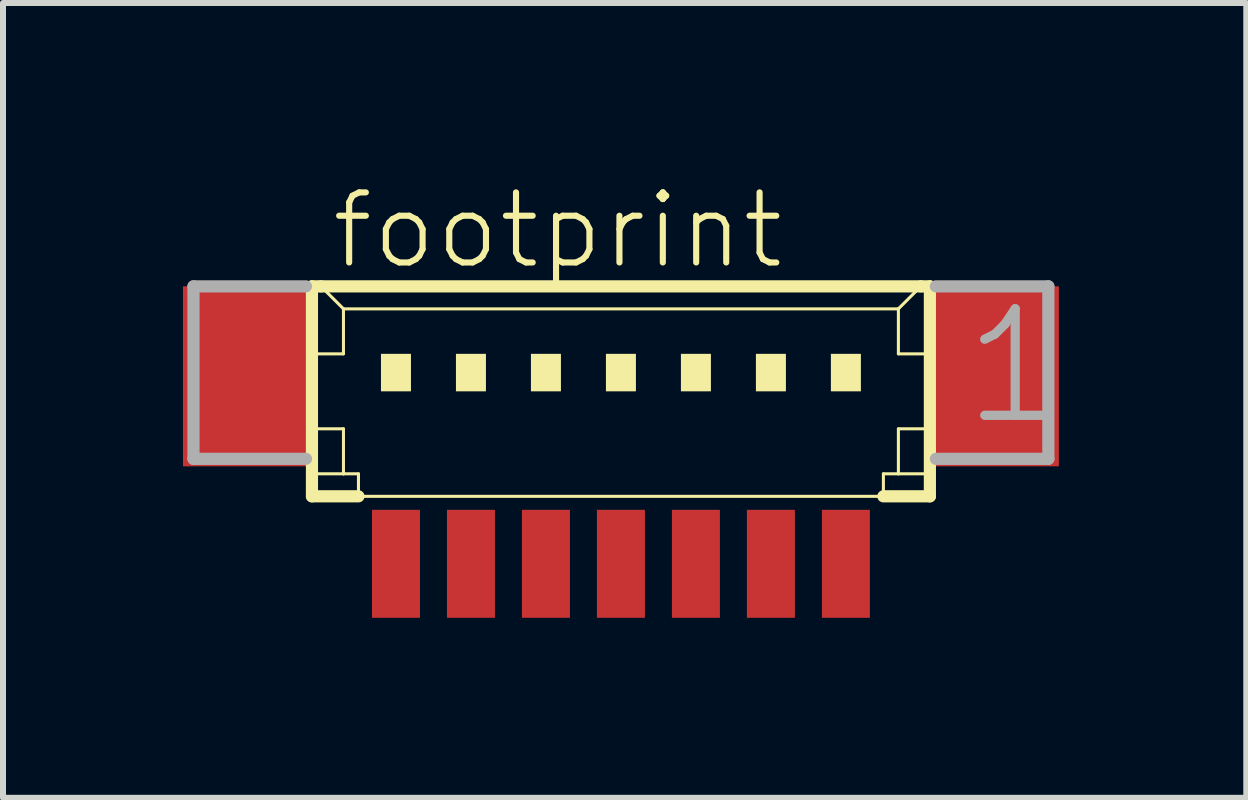
<source format=kicad_pcb>
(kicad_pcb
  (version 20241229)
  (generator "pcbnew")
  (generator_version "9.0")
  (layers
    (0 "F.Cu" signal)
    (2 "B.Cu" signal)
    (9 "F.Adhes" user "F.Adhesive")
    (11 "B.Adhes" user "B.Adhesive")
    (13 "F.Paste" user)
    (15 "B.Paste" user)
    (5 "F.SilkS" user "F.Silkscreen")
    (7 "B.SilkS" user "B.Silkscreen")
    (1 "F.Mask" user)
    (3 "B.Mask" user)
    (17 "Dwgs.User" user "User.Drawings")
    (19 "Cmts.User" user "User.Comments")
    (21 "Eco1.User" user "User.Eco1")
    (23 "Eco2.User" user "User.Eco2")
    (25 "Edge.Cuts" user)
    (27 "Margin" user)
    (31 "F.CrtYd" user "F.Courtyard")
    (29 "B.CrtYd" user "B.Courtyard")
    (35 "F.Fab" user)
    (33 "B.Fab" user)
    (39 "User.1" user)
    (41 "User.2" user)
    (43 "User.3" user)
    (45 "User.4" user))
  (footprint "footprint"
    (layer "F.Cu")
    (at 7.3 3.848)
    (property "Reference" "footprint" (at -4.875 -2.375 0) (layer "F.SilkS") (effects (font (size 1.168 1.168) (thickness 0.102)) (justify left bottom)))
    (fp_line (start -5.15 -2.125) (end -5.15 1.375) (stroke (width 0.203) (type solid)) (layer "F.SilkS"))
    (fp_line (start -5.15 1.375) (end -4.375 1.375) (stroke (width 0.203) (type solid)) (layer "F.SilkS"))
    (fp_line (start -5.125 -1) (end -4.625 -1) (stroke (width 0.051) (type solid)) (layer "F.SilkS"))
    (fp_line (start -5.125 0.25) (end -4.625 0.25) (stroke (width 0.051) (type solid)) (layer "F.SilkS"))
    (fp_line (start -5.125 1) (end -4.625 1) (stroke (width 0.051) (type solid)) (layer "F.SilkS"))
    (fp_line (start -5 -2.125) (end -5.15 -2.125) (stroke (width 0.203) (type solid)) (layer "F.SilkS"))
    (fp_line (start -4.625 -1.75) (end -5 -2.125) (stroke (width 0.051) (type solid)) (layer "F.SilkS"))
    (fp_line (start -4.625 -1.75) (end 4.625 -1.75) (stroke (width 0.051) (type solid)) (layer "F.SilkS"))
    (fp_line (start -4.625 -1) (end -4.625 -1.75) (stroke (width 0.051) (type solid)) (layer "F.SilkS"))
    (fp_line (start -4.625 0.25) (end -4.625 1) (stroke (width 0.051) (type solid)) (layer "F.SilkS"))
    (fp_line (start -4.625 1) (end -4.375 1) (stroke (width 0.051) (type solid)) (layer "F.SilkS"))
    (fp_line (start -4.375 1) (end -4.375 1.375) (stroke (width 0.051) (type solid)) (layer "F.SilkS"))
    (fp_line (start -4.375 1.375) (end 4.375 1.375) (stroke (width 0.051) (type solid)) (layer "F.SilkS"))
    (fp_line (start 4.375 1) (end 4.375 1.375) (stroke (width 0.051) (type solid)) (layer "F.SilkS"))
    (fp_line (start 4.375 1) (end 4.625 1) (stroke (width 0.051) (type solid)) (layer "F.SilkS"))
    (fp_line (start 4.375 1.375) (end 5.15 1.375) (stroke (width 0.203) (type solid)) (layer "F.SilkS"))
    (fp_line (start 4.625 -1.75) (end 4.625 -1) (stroke (width 0.051) (type solid)) (layer "F.SilkS"))
    (fp_line (start 4.625 -1.75) (end 5 -2.125) (stroke (width 0.051) (type solid)) (layer "F.SilkS"))
    (fp_line (start 4.625 -1) (end 5.125 -1) (stroke (width 0.051) (type solid)) (layer "F.SilkS"))
    (fp_line (start 4.625 0.25) (end 4.625 1) (stroke (width 0.051) (type solid)) (layer "F.SilkS"))
    (fp_line (start 4.625 0.25) (end 5.125 0.25) (stroke (width 0.051) (type solid)) (layer "F.SilkS"))
    (fp_line (start 4.625 1) (end 5.125 1) (stroke (width 0.051) (type solid)) (layer "F.SilkS"))
    (fp_line (start 5 -2.125) (end -5 -2.125) (stroke (width 0.203) (type solid)) (layer "F.SilkS"))
    (fp_line (start 5.15 -2.125) (end 5 -2.125) (stroke (width 0.203) (type solid)) (layer "F.SilkS"))
    (fp_line (start 5.15 1.375) (end 5.15 -2.125) (stroke (width 0.203) (type solid)) (layer "F.SilkS"))
    (fp_poly (pts (xy -4 -0.375) (xy -3.5 -0.375) (xy -3.5 -1) (xy -4 -1)) (stroke (width 0) (type solid)) (fill yes) (layer "F.SilkS"))
    (fp_poly (pts (xy -2.75 -0.375) (xy -2.25 -0.375) (xy -2.25 -1) (xy -2.75 -1)) (stroke (width 0) (type solid)) (fill yes) (layer "F.SilkS"))
    (fp_poly (pts (xy -1.5 -0.375) (xy -1 -0.375) (xy -1 -1) (xy -1.5 -1)) (stroke (width 0) (type solid)) (fill yes) (layer "F.SilkS"))
    (fp_poly (pts (xy -0.25 -0.375) (xy 0.25 -0.375) (xy 0.25 -1) (xy -0.25 -1)) (stroke (width 0) (type solid)) (fill yes) (layer "F.SilkS"))
    (fp_poly (pts (xy 1 -0.375) (xy 1.5 -0.375) (xy 1.5 -1) (xy 1 -1)) (stroke (width 0) (type solid)) (fill yes) (layer "F.SilkS"))
    (fp_poly (pts (xy 2.25 -0.375) (xy 2.75 -0.375) (xy 2.75 -1) (xy 2.25 -1)) (stroke (width 0) (type solid)) (fill yes) (layer "F.SilkS"))
    (fp_poly (pts (xy 3.5 -0.375) (xy 4 -0.375) (xy 4 -1) (xy 3.5 -1)) (stroke (width 0) (type solid)) (fill yes) (layer "F.SilkS"))
    (fp_line (start -7.125 -2.125) (end -7.125 0.75) (stroke (width 0.203) (type solid)) (layer "F.Fab"))
    (fp_line (start -7.125 0.75) (end -5.25 0.75) (stroke (width 0.203) (type solid)) (layer "F.Fab"))
    (fp_line (start -5.25 -2.125) (end -7.125 -2.125) (stroke (width 0.203) (type solid)) (layer "F.Fab"))
    (fp_line (start 5.25 0.75) (end 7.125 0.75) (stroke (width 0.203) (type solid)) (layer "F.Fab"))
    (fp_line (start 7.125 -2.125) (end 5.25 -2.125) (stroke (width 0.203) (type solid)) (layer "F.Fab"))
    (fp_line (start 7.125 0.75) (end 7.125 -2.125) (stroke (width 0.203) (type solid)) (layer "F.Fab"))
    (fp_text user "1" (at 5.625 0.25 0) (layer "F.Fab") (effects (font (size 1.776 1.776) (thickness 0.154)) (justify left bottom)))
    (pad "1" smd rect (at 3.75 2.5) (size 0.8 1.8) (layers "F.Cu" "F.Mask" "F.Paste"))
    (pad "2" smd rect (at 2.5 2.5) (size 0.8 1.8) (layers "F.Cu" "F.Mask" "F.Paste"))
    (pad "3" smd rect (at 1.25 2.5) (size 0.8 1.8) (layers "F.Cu" "F.Mask" "F.Paste"))
    (pad "4" smd rect (at 0 2.5) (size 0.8 1.8) (layers "F.Cu" "F.Mask" "F.Paste"))
    (pad "5" smd rect (at -1.25 2.5) (size 0.8 1.8) (layers "F.Cu" "F.Mask" "F.Paste"))
    (pad "6" smd rect (at -2.5 2.5) (size 0.8 1.8) (layers "F.Cu" "F.Mask" "F.Paste"))
    (pad "7" smd rect (at -3.75 2.5) (size 0.8 1.8) (layers "F.Cu" "F.Mask" "F.Paste"))
    (pad "S1" smd rect (at 6.25 -0.625) (size 2.1 3) (layers "F.Cu" "F.Mask" "F.Paste"))
    (pad "S2" smd rect (at -6.25 -0.625) (size 2.1 3) (layers "F.Cu" "F.Mask" "F.Paste")))
  (gr_rect
    (start -3 -3)
    (end 17.724 10.248)
    (stroke (width 0.1) (type default))
    (fill no)
    (layer "Edge.Cuts")))
</source>
